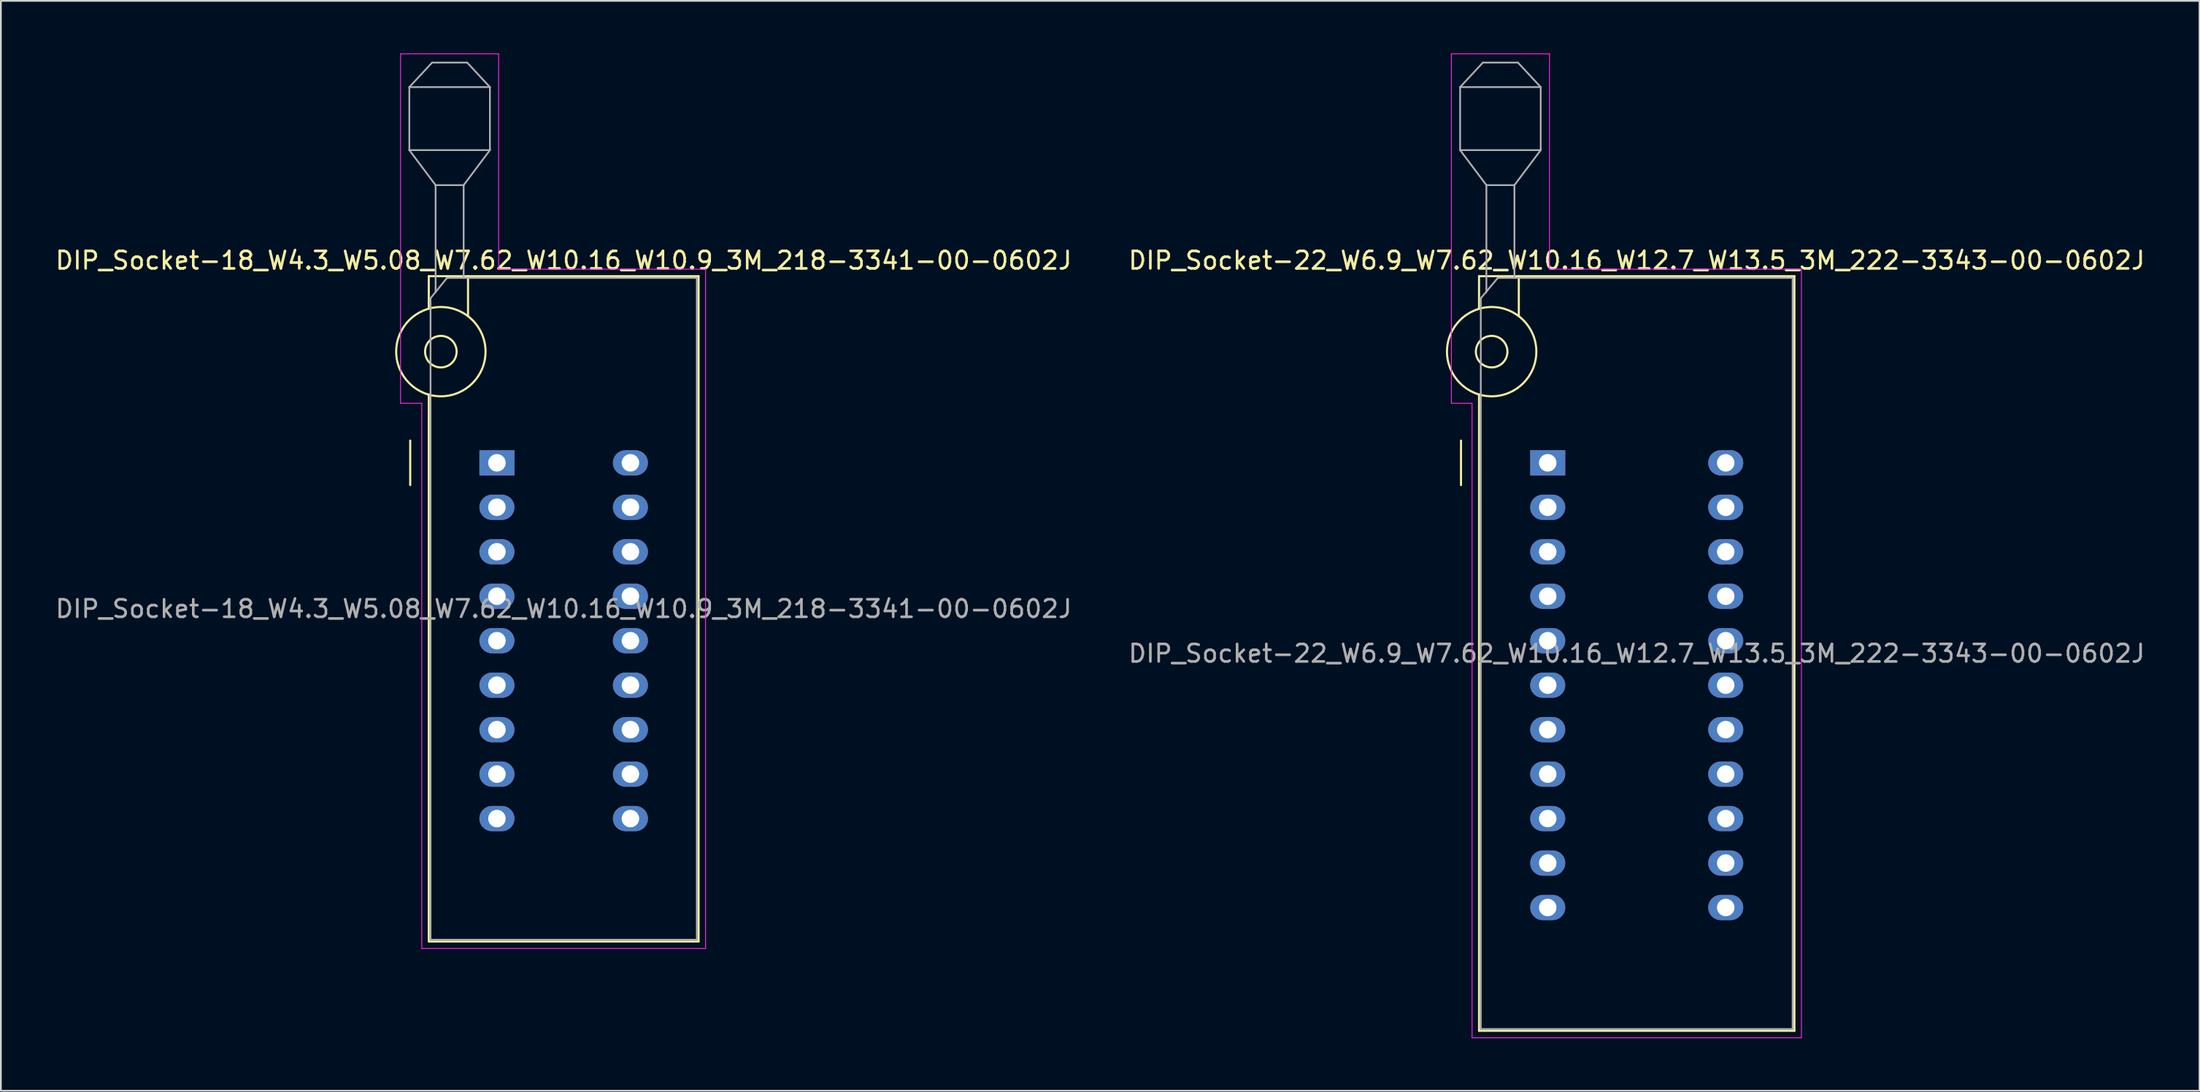
<source format=kicad_pcb>
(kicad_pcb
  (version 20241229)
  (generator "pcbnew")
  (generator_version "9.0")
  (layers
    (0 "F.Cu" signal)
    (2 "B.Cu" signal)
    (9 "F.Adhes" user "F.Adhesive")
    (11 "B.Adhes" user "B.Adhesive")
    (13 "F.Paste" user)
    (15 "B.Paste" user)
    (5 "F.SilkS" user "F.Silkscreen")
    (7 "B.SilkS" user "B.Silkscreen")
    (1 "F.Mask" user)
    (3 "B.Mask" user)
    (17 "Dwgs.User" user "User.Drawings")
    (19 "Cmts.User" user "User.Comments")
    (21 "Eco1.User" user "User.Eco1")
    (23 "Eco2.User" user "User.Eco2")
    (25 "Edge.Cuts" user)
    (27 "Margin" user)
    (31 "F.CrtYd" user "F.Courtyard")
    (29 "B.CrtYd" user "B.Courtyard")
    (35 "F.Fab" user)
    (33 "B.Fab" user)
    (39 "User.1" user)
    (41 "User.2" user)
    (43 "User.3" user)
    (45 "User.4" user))
  (footprint "DIP_Socket-18_W4.3_W5.08_W7.62_W10.16_W10.9_3M_218-3341-00-0602J"
    (layer "F.Cu")
    (at 25.315 23.385)
    (property "Reference" "DIP_Socket-18_W4.3_W5.08_W7.62_W10.16_W10.9_3M_218-3341-00-0602J" (at 3.81 -11.56 0) (layer "F.SilkS") (effects (font (size 1 1) (thickness 0.15))))
    (attr through_hole)
    (fp_line (start -4.95 1.27) (end -4.95 -1.27) (stroke (width 0.12) (type solid)) (layer "F.SilkS"))
    (fp_line (start -3.89 -10.66) (end -3.89 -8.8) (stroke (width 0.12) (type solid)) (layer "F.SilkS"))
    (fp_line (start -3.89 -3.9) (end -3.89 27.34) (stroke (width 0.12) (type solid)) (layer "F.SilkS"))
    (fp_line (start -3.89 27.34) (end 11.51 27.34) (stroke (width 0.12) (type solid)) (layer "F.SilkS"))
    (fp_line (start -1.65 -10.66) (end -1.65 -8.4) (stroke (width 0.12) (type solid)) (layer "F.SilkS"))
    (fp_line (start 11.51 -10.66) (end -3.89 -10.66) (stroke (width 0.12) (type solid)) (layer "F.SilkS"))
    (fp_line (start 11.51 27.34) (end 11.51 -10.66) (stroke (width 0.12) (type solid)) (layer "F.SilkS"))
    (fp_circle (center -3.2 -6.35) (end -2.3 -6.35) (stroke (width 0.12) (type solid)) (fill no) (layer "F.SilkS"))
    (fp_circle (center -3.2 -6.35) (end -0.65 -6.35) (stroke (width 0.12) (type solid)) (fill no) (layer "F.SilkS"))
    (fp_line (start -5.5 -23.36) (end 0.1 -23.36) (stroke (width 0.05) (type solid)) (layer "F.CrtYd"))
    (fp_line (start -5.5 -3.4) (end -5.5 -23.36) (stroke (width 0.05) (type solid)) (layer "F.CrtYd"))
    (fp_line (start -4.29 -3.4) (end -5.5 -3.4) (stroke (width 0.05) (type solid)) (layer "F.CrtYd"))
    (fp_line (start -4.29 27.74) (end -4.29 -3.4) (stroke (width 0.05) (type solid)) (layer "F.CrtYd"))
    (fp_line (start 0.1 -23.36) (end 0.1 -11.06) (stroke (width 0.05) (type solid)) (layer "F.CrtYd"))
    (fp_line (start 0.1 -11.06) (end 11.91 -11.06) (stroke (width 0.05) (type solid)) (layer "F.CrtYd"))
    (fp_line (start 11.91 -11.06) (end 11.91 27.74) (stroke (width 0.05) (type solid)) (layer "F.CrtYd"))
    (fp_line (start 11.91 27.74) (end -4.29 27.74) (stroke (width 0.05) (type solid)) (layer "F.CrtYd"))
    (fp_line (start -5 -21.46) (end -5 -17.86) (stroke (width 0.1) (type solid)) (layer "F.Fab"))
    (fp_line (start -5 -21.46) (end -3.7 -22.86) (stroke (width 0.1) (type solid)) (layer "F.Fab"))
    (fp_line (start -5 -17.86) (end -3.5 -15.86) (stroke (width 0.1) (type solid)) (layer "F.Fab"))
    (fp_line (start -5 -17.86) (end -0.4 -17.86) (stroke (width 0.1) (type solid)) (layer "F.Fab"))
    (fp_line (start -3.79 -9.4) (end -2.85 -10.56) (stroke (width 0.1) (type solid)) (layer "F.Fab"))
    (fp_line (start -3.79 27.24) (end -3.79 -9.4) (stroke (width 0.1) (type solid)) (layer "F.Fab"))
    (fp_line (start -3.7 -22.86) (end -1.7 -22.86) (stroke (width 0.1) (type solid)) (layer "F.Fab"))
    (fp_line (start -3.5 -15.86) (end -1.9 -15.86) (stroke (width 0.1) (type solid)) (layer "F.Fab"))
    (fp_line (start -3.5 -9.75) (end -3.5 -15.86) (stroke (width 0.1) (type solid)) (layer "F.Fab"))
    (fp_line (start -2.85 -10.56) (end 11.41 -10.56) (stroke (width 0.1) (type solid)) (layer "F.Fab"))
    (fp_line (start -1.9 -15.86) (end -1.9 -10.56) (stroke (width 0.1) (type solid)) (layer "F.Fab"))
    (fp_line (start -1.7 -22.86) (end -0.4 -21.46) (stroke (width 0.1) (type solid)) (layer "F.Fab"))
    (fp_line (start -0.4 -21.46) (end -5 -21.46) (stroke (width 0.1) (type solid)) (layer "F.Fab"))
    (fp_line (start -0.4 -17.86) (end -1.9 -15.86) (stroke (width 0.1) (type solid)) (layer "F.Fab"))
    (fp_line (start -0.4 -17.86) (end -0.4 -21.46) (stroke (width 0.1) (type solid)) (layer "F.Fab"))
    (fp_line (start 11.41 -10.56) (end 11.41 27.24) (stroke (width 0.1) (type solid)) (layer "F.Fab"))
    (fp_line (start 11.41 27.24) (end -3.79 27.24) (stroke (width 0.1) (type solid)) (layer "F.Fab"))
    (fp_text user "${REFERENCE}" (at 3.81 8.34 0) (layer "F.Fab") (effects (font (size 1 1) (thickness 0.15))))
    (pad "1" thru_hole rect (at 0 0) (size 2 1.44) (drill 1) (layers "*.Cu" "*.Mask"))
    (pad "2" thru_hole oval (at 0 2.54) (size 2 1.44) (drill 1) (layers "*.Cu" "*.Mask"))
    (pad "3" thru_hole oval (at 0 5.08) (size 2 1.44) (drill 1) (layers "*.Cu" "*.Mask"))
    (pad "4" thru_hole oval (at 0 7.62) (size 2 1.44) (drill 1) (layers "*.Cu" "*.Mask"))
    (pad "5" thru_hole oval (at 0 10.16) (size 2 1.44) (drill 1) (layers "*.Cu" "*.Mask"))
    (pad "6" thru_hole oval (at 0 12.7) (size 2 1.44) (drill 1) (layers "*.Cu" "*.Mask"))
    (pad "7" thru_hole oval (at 0 15.24) (size 2 1.44) (drill 1) (layers "*.Cu" "*.Mask"))
    (pad "8" thru_hole oval (at 0 17.78) (size 2 1.44) (drill 1) (layers "*.Cu" "*.Mask"))
    (pad "9" thru_hole oval (at 0 20.32) (size 2 1.44) (drill 1) (layers "*.Cu" "*.Mask"))
    (pad "10" thru_hole oval (at 7.62 20.32) (size 2 1.44) (drill 1) (layers "*.Cu" "*.Mask"))
    (pad "11" thru_hole oval (at 7.62 17.78) (size 2 1.44) (drill 1) (layers "*.Cu" "*.Mask"))
    (pad "12" thru_hole oval (at 7.62 15.24) (size 2 1.44) (drill 1) (layers "*.Cu" "*.Mask"))
    (pad "13" thru_hole oval (at 7.62 12.7) (size 2 1.44) (drill 1) (layers "*.Cu" "*.Mask"))
    (pad "14" thru_hole oval (at 7.62 10.16) (size 2 1.44) (drill 1) (layers "*.Cu" "*.Mask"))
    (pad "15" thru_hole oval (at 7.62 7.62) (size 2 1.44) (drill 1) (layers "*.Cu" "*.Mask"))
    (pad "16" thru_hole oval (at 7.62 5.08) (size 2 1.44) (drill 1) (layers "*.Cu" "*.Mask"))
    (pad "17" thru_hole oval (at 7.62 2.54) (size 2 1.44) (drill 1) (layers "*.Cu" "*.Mask"))
    (pad "18" thru_hole oval (at 7.62 0) (size 2 1.44) (drill 1) (layers "*.Cu" "*.Mask")))
  (footprint "DIP_Socket-22_W6.9_W7.62_W10.16_W12.7_W13.5_3M_222-3343-00-0602J"
    (layer "F.Cu")
    (at 85.295 23.385)
    (property "Reference" "DIP_Socket-22_W6.9_W7.62_W10.16_W12.7_W13.5_3M_222-3343-00-0602J" (at 5.08 -11.56 0) (layer "F.SilkS") (effects (font (size 1 1) (thickness 0.15))))
    (attr through_hole)
    (fp_line (start -4.95 1.27) (end -4.95 -1.27) (stroke (width 0.12) (type solid)) (layer "F.SilkS"))
    (fp_line (start -3.92 -10.66) (end -3.92 -8.8) (stroke (width 0.12) (type solid)) (layer "F.SilkS"))
    (fp_line (start -3.92 -3.9) (end -3.92 32.44) (stroke (width 0.12) (type solid)) (layer "F.SilkS"))
    (fp_line (start -3.92 32.44) (end 14.08 32.44) (stroke (width 0.12) (type solid)) (layer "F.SilkS"))
    (fp_line (start -1.65 -10.66) (end -1.65 -8.4) (stroke (width 0.12) (type solid)) (layer "F.SilkS"))
    (fp_line (start 14.08 -10.66) (end -3.92 -10.66) (stroke (width 0.12) (type solid)) (layer "F.SilkS"))
    (fp_line (start 14.08 32.44) (end 14.08 -10.66) (stroke (width 0.12) (type solid)) (layer "F.SilkS"))
    (fp_circle (center -3.2 -6.35) (end -2.3 -6.35) (stroke (width 0.12) (type solid)) (fill no) (layer "F.SilkS"))
    (fp_circle (center -3.2 -6.35) (end -0.65 -6.35) (stroke (width 0.12) (type solid)) (fill no) (layer "F.SilkS"))
    (fp_line (start -5.5 -23.36) (end 0.1 -23.36) (stroke (width 0.05) (type solid)) (layer "F.CrtYd"))
    (fp_line (start -5.5 -3.4) (end -5.5 -23.36) (stroke (width 0.05) (type solid)) (layer "F.CrtYd"))
    (fp_line (start -4.32 -3.4) (end -5.5 -3.4) (stroke (width 0.05) (type solid)) (layer "F.CrtYd"))
    (fp_line (start -4.32 32.84) (end -4.32 -3.4) (stroke (width 0.05) (type solid)) (layer "F.CrtYd"))
    (fp_line (start 0.1 -23.36) (end 0.1 -11.06) (stroke (width 0.05) (type solid)) (layer "F.CrtYd"))
    (fp_line (start 0.1 -11.06) (end 14.48 -11.06) (stroke (width 0.05) (type solid)) (layer "F.CrtYd"))
    (fp_line (start 14.48 -11.06) (end 14.48 32.84) (stroke (width 0.05) (type solid)) (layer "F.CrtYd"))
    (fp_line (start 14.48 32.84) (end -4.32 32.84) (stroke (width 0.05) (type solid)) (layer "F.CrtYd"))
    (fp_line (start -5 -21.46) (end -5 -17.86) (stroke (width 0.1) (type solid)) (layer "F.Fab"))
    (fp_line (start -5 -21.46) (end -3.7 -22.86) (stroke (width 0.1) (type solid)) (layer "F.Fab"))
    (fp_line (start -5 -17.86) (end -3.5 -15.86) (stroke (width 0.1) (type solid)) (layer "F.Fab"))
    (fp_line (start -5 -17.86) (end -0.4 -17.86) (stroke (width 0.1) (type solid)) (layer "F.Fab"))
    (fp_line (start -3.82 -9.4) (end -2.85 -10.56) (stroke (width 0.1) (type solid)) (layer "F.Fab"))
    (fp_line (start -3.82 32.34) (end -3.82 -9.4) (stroke (width 0.1) (type solid)) (layer "F.Fab"))
    (fp_line (start -3.7 -22.86) (end -1.7 -22.86) (stroke (width 0.1) (type solid)) (layer "F.Fab"))
    (fp_line (start -3.5 -15.86) (end -1.9 -15.86) (stroke (width 0.1) (type solid)) (layer "F.Fab"))
    (fp_line (start -3.5 -9.75) (end -3.5 -15.86) (stroke (width 0.1) (type solid)) (layer "F.Fab"))
    (fp_line (start -2.85 -10.56) (end 13.98 -10.56) (stroke (width 0.1) (type solid)) (layer "F.Fab"))
    (fp_line (start -1.9 -15.86) (end -1.9 -10.56) (stroke (width 0.1) (type solid)) (layer "F.Fab"))
    (fp_line (start -1.7 -22.86) (end -0.4 -21.46) (stroke (width 0.1) (type solid)) (layer "F.Fab"))
    (fp_line (start -0.4 -21.46) (end -5 -21.46) (stroke (width 0.1) (type solid)) (layer "F.Fab"))
    (fp_line (start -0.4 -17.86) (end -1.9 -15.86) (stroke (width 0.1) (type solid)) (layer "F.Fab"))
    (fp_line (start -0.4 -17.86) (end -0.4 -21.46) (stroke (width 0.1) (type solid)) (layer "F.Fab"))
    (fp_line (start 13.98 -10.56) (end 13.98 32.34) (stroke (width 0.1) (type solid)) (layer "F.Fab"))
    (fp_line (start 13.98 32.34) (end -3.82 32.34) (stroke (width 0.1) (type solid)) (layer "F.Fab"))
    (fp_text user "${REFERENCE}" (at 5.08 10.89 0) (layer "F.Fab") (effects (font (size 1 1) (thickness 0.15))))
    (pad "1" thru_hole rect (at 0 0) (size 2 1.44) (drill 1) (layers "*.Cu" "*.Mask"))
    (pad "2" thru_hole oval (at 0 2.54) (size 2 1.44) (drill 1) (layers "*.Cu" "*.Mask"))
    (pad "3" thru_hole oval (at 0 5.08) (size 2 1.44) (drill 1) (layers "*.Cu" "*.Mask"))
    (pad "4" thru_hole oval (at 0 7.62) (size 2 1.44) (drill 1) (layers "*.Cu" "*.Mask"))
    (pad "5" thru_hole oval (at 0 10.16) (size 2 1.44) (drill 1) (layers "*.Cu" "*.Mask"))
    (pad "6" thru_hole oval (at 0 12.7) (size 2 1.44) (drill 1) (layers "*.Cu" "*.Mask"))
    (pad "7" thru_hole oval (at 0 15.24) (size 2 1.44) (drill 1) (layers "*.Cu" "*.Mask"))
    (pad "8" thru_hole oval (at 0 17.78) (size 2 1.44) (drill 1) (layers "*.Cu" "*.Mask"))
    (pad "9" thru_hole oval (at 0 20.32) (size 2 1.44) (drill 1) (layers "*.Cu" "*.Mask"))
    (pad "10" thru_hole oval (at 0 22.86) (size 2 1.44) (drill 1) (layers "*.Cu" "*.Mask"))
    (pad "11" thru_hole oval (at 0 25.4) (size 2 1.44) (drill 1) (layers "*.Cu" "*.Mask"))
    (pad "12" thru_hole oval (at 10.16 25.4) (size 2 1.44) (drill 1) (layers "*.Cu" "*.Mask"))
    (pad "13" thru_hole oval (at 10.16 22.86) (size 2 1.44) (drill 1) (layers "*.Cu" "*.Mask"))
    (pad "14" thru_hole oval (at 10.16 20.32) (size 2 1.44) (drill 1) (layers "*.Cu" "*.Mask"))
    (pad "15" thru_hole oval (at 10.16 17.78) (size 2 1.44) (drill 1) (layers "*.Cu" "*.Mask"))
    (pad "16" thru_hole oval (at 10.16 15.24) (size 2 1.44) (drill 1) (layers "*.Cu" "*.Mask"))
    (pad "17" thru_hole oval (at 10.16 12.7) (size 2 1.44) (drill 1) (layers "*.Cu" "*.Mask"))
    (pad "18" thru_hole oval (at 10.16 10.16) (size 2 1.44) (drill 1) (layers "*.Cu" "*.Mask"))
    (pad "19" thru_hole oval (at 10.16 7.62) (size 2 1.44) (drill 1) (layers "*.Cu" "*.Mask"))
    (pad "20" thru_hole oval (at 10.16 5.08) (size 2 1.44) (drill 1) (layers "*.Cu" "*.Mask"))
    (pad "21" thru_hole oval (at 10.16 2.54) (size 2 1.44) (drill 1) (layers "*.Cu" "*.Mask"))
    (pad "22" thru_hole oval (at 10.16 0) (size 2 1.44) (drill 1) (layers "*.Cu" "*.Mask")))
  (gr_rect
    (start -3 -3)
    (end 122.5 59.25)
    (stroke (width 0.1) (type default))
    (fill no)
    (layer "Edge.Cuts")))
</source>
